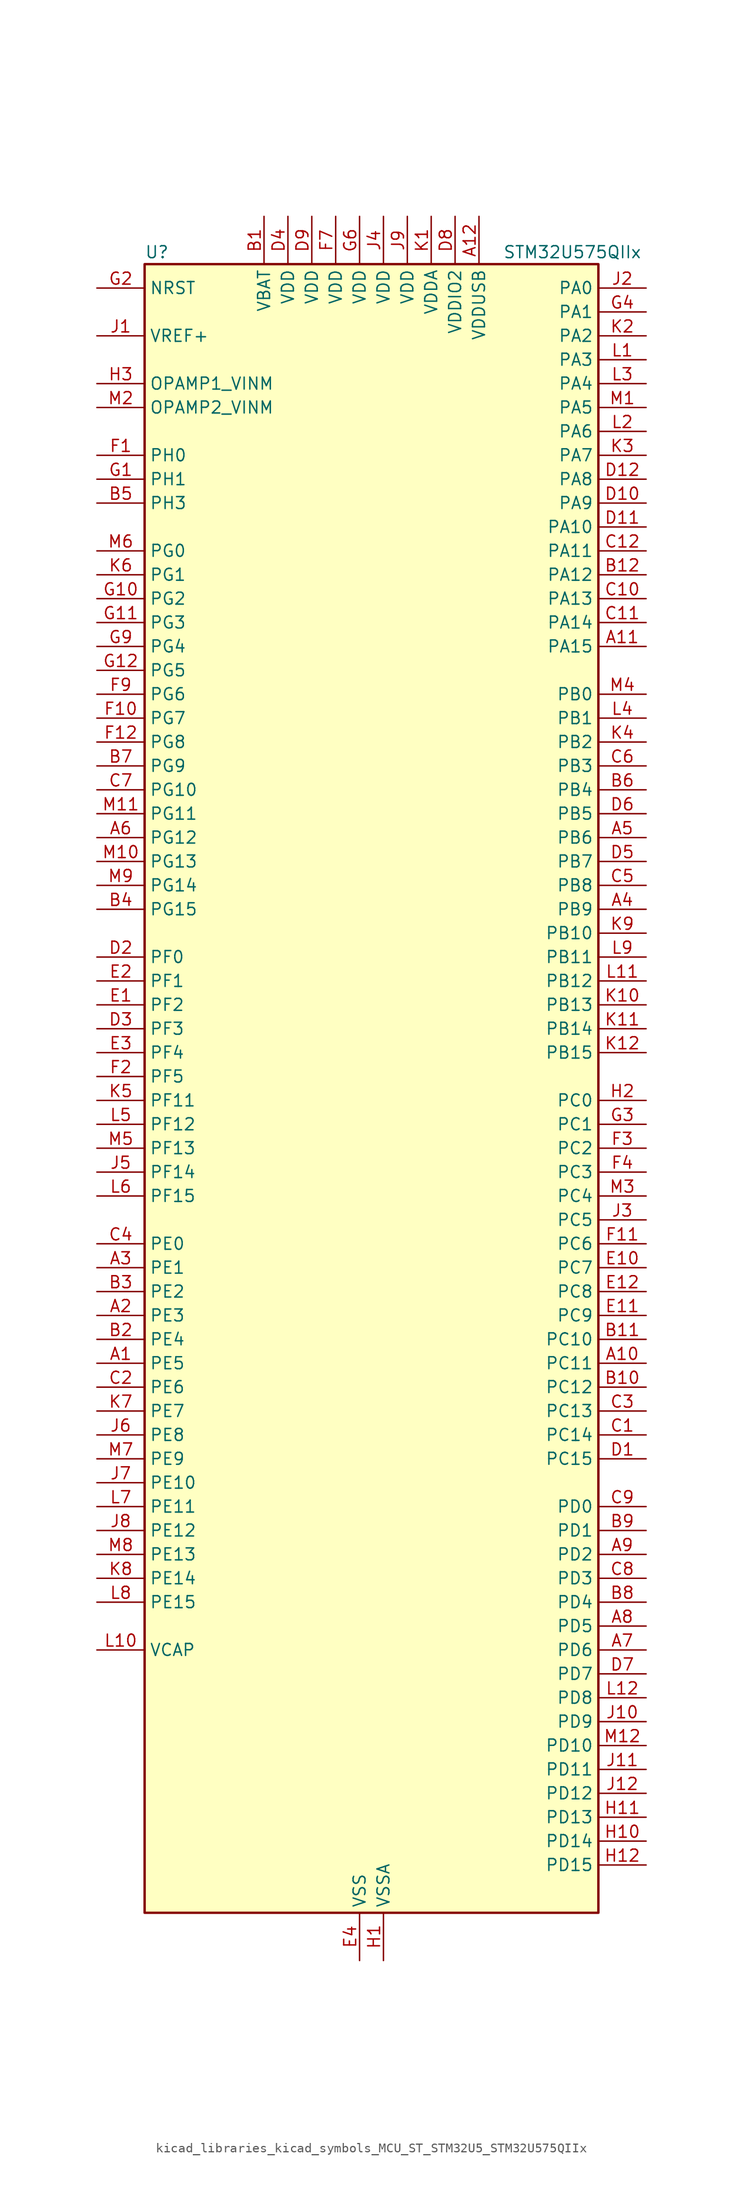
<source format=kicad_sym>
(kicad_symbol_lib
  (version 20220914)
  (generator kicad_symbol_editor)
  (symbol "kicad_libraries_kicad_symbols_MCU_ST_STM32U5_STM32U575QIIx"
    (property "Reference" "U"
      (at -22.86 90.17 0)
      (effects (font (size 1.27 1.27)) (justify left)))
    (property "Value" "STM32U575QIIx"
      (at 15.24 90.17 0)
      (effects (font (size 1.27 1.27)) (justify left)))
    (property "ki_locked" ""
      (at 0 0 0)
      (effects (font (size 1.27 1.27))))
    (symbol "kicad_libraries_kicad_symbols_MCU_ST_STM32U5_STM32U575QIIx_0_1"
      (rectangle (start -22.86 -86.36) (end 25.4 88.9) (stroke (width 0.254) (type default)) (fill (type background))))
    (symbol "kicad_libraries_kicad_symbols_MCU_ST_STM32U5_STM32U575QIIx_1_1"
      (pin bidirectional line (at -27.94 -27.94 0) (length 5.08) (name "PE5" (effects (font (size 1.27 1.27)))) (number "A1" (effects (font (size 1.27 1.27)))) (alternate "DCMI_D6" bidirectional line) (alternate "DEBUG_TRACED2" bidirectional line) (alternate "FMC_A21" bidirectional line) (alternate "MDF1_CKI3" bidirectional line) (alternate "PSSI_D6" bidirectional line) (alternate "PWR_WKUP2" bidirectional line) (alternate "SAI1_CK2" bidirectional line) (alternate "SAI1_SCK_A" bidirectional line) (alternate "TAMP_IN8" bidirectional line) (alternate "TAMP_OUT7" bidirectional line) (alternate "TIM3_CH3" bidirectional line) (alternate "TSC_G7_IO4" bidirectional line))
      (pin bidirectional line (at 30.48 -27.94 180) (length 5.08) (name "PC11" (effects (font (size 1.27 1.27)))) (number "A10" (effects (font (size 1.27 1.27)))) (alternate "ADC1_EXTI11" bidirectional line) (alternate "ADF1_SDI0" bidirectional line) (alternate "DCMI_D2" bidirectional line) (alternate "DCMI_D4" bidirectional line) (alternate "LPTIM3_IN1" bidirectional line) (alternate "OCTOSPIM_P1_NCS" bidirectional line) (alternate "PSSI_D2" bidirectional line) (alternate "PSSI_D4" bidirectional line) (alternate "SAI2_MCLK_B" bidirectional line) (alternate "SDMMC1_D3" bidirectional line) (alternate "SPI3_MISO" bidirectional line) (alternate "TSC_G3_IO3" bidirectional line) (alternate "UART4_RX" bidirectional line) (alternate "UCPD1_FRSTX2" bidirectional line) (alternate "USART3_RX" bidirectional line))
      (pin bidirectional line (at 30.48 48.26 180) (length 5.08) (name "PA15" (effects (font (size 1.27 1.27)))) (number "A11" (effects (font (size 1.27 1.27)))) (alternate "ADC1_EXTI15" bidirectional line) (alternate "ADC4_EXTI15" bidirectional line) (alternate "DEBUG_JTDI" bidirectional line) (alternate "SAI2_FS_B" bidirectional line) (alternate "SPI1_NSS" bidirectional line) (alternate "SPI3_NSS" bidirectional line) (alternate "TIM2_CH1" bidirectional line) (alternate "TIM2_ETR" bidirectional line) (alternate "UART4_DE" bidirectional line) (alternate "UART4_RTS" bidirectional line) (alternate "UCPD1_CC1" bidirectional line) (alternate "USART2_RX" bidirectional line) (alternate "USART3_DE" bidirectional line) (alternate "USART3_RTS" bidirectional line))
      (pin power_in line (at 12.7 93.98 270) (length 5.08) (name "VDDUSB" (effects (font (size 1.27 1.27)))) (number "A12" (effects (font (size 1.27 1.27)))))
      (pin bidirectional line (at -27.94 -22.86 0) (length 5.08) (name "PE3" (effects (font (size 1.27 1.27)))) (number "A2" (effects (font (size 1.27 1.27)))) (alternate "DEBUG_TRACED0" bidirectional line) (alternate "FMC_A19" bidirectional line) (alternate "OCTOSPIM_P1_DQS" bidirectional line) (alternate "SAI1_SD_B" bidirectional line) (alternate "TAMP_IN6" bidirectional line) (alternate "TAMP_OUT3" bidirectional line) (alternate "TIM3_CH1" bidirectional line) (alternate "TSC_G7_IO2" bidirectional line))
      (pin bidirectional line (at -27.94 -17.78 0) (length 5.08) (name "PE1" (effects (font (size 1.27 1.27)))) (number "A3" (effects (font (size 1.27 1.27)))) (alternate "DCMI_D3" bidirectional line) (alternate "FMC_NBL1" bidirectional line) (alternate "PSSI_D3" bidirectional line) (alternate "TIM17_CH1" bidirectional line))
      (pin bidirectional line (at 30.48 20.32 180) (length 5.08) (name "PB9" (effects (font (size 1.27 1.27)))) (number "A4" (effects (font (size 1.27 1.27)))) (alternate "DAC1_EXTI9" bidirectional line) (alternate "DCMI_D7" bidirectional line) (alternate "FDCAN1_TX" bidirectional line) (alternate "I2C1_SDA" bidirectional line) (alternate "IR_OUT" bidirectional line) (alternate "PSSI_D7" bidirectional line) (alternate "SAI1_D2" bidirectional line) (alternate "SAI1_FS_A" bidirectional line) (alternate "SDMMC1_CDIR" bidirectional line) (alternate "SDMMC1_D5" bidirectional line) (alternate "SDMMC2_D5" bidirectional line) (alternate "SPI2_NSS" bidirectional line) (alternate "TIM17_CH1" bidirectional line) (alternate "TIM4_CH4" bidirectional line))
      (pin bidirectional line (at 30.48 27.94 180) (length 5.08) (name "PB6" (effects (font (size 1.27 1.27)))) (number "A5" (effects (font (size 1.27 1.27)))) (alternate "COMP2_INP" bidirectional line) (alternate "DCMI_D5" bidirectional line) (alternate "I2C1_SCL" bidirectional line) (alternate "I2C4_SCL" bidirectional line) (alternate "LPTIM1_ETR" bidirectional line) (alternate "MDF1_SDI5" bidirectional line) (alternate "PSSI_D5" bidirectional line) (alternate "PWR_WKUP3" bidirectional line) (alternate "SAI1_FS_B" bidirectional line) (alternate "TIM16_CH1N" bidirectional line) (alternate "TIM4_CH1" bidirectional line) (alternate "TIM8_BKIN2" bidirectional line) (alternate "TSC_G2_IO3" bidirectional line) (alternate "USART1_TX" bidirectional line))
      (pin bidirectional line (at -27.94 27.94 0) (length 5.08) (name "PG12" (effects (font (size 1.27 1.27)))) (number "A6" (effects (font (size 1.27 1.27)))) (alternate "FMC_NE4" bidirectional line) (alternate "LPTIM1_ETR" bidirectional line) (alternate "OCTOSPIM_P2_NCS" bidirectional line) (alternate "SAI2_SD_A" bidirectional line) (alternate "SPI3_NSS" bidirectional line) (alternate "USART1_DE" bidirectional line) (alternate "USART1_RTS" bidirectional line))
      (pin bidirectional line (at 30.48 -58.42 180) (length 5.08) (name "PD6" (effects (font (size 1.27 1.27)))) (number "A7" (effects (font (size 1.27 1.27)))) (alternate "DCMI_D10" bidirectional line) (alternate "FMC_NWAIT" bidirectional line) (alternate "MDF1_SDI1" bidirectional line) (alternate "OCTOSPIM_P1_IO6" bidirectional line) (alternate "PSSI_D10" bidirectional line) (alternate "SAI1_D1" bidirectional line) (alternate "SAI1_SD_A" bidirectional line) (alternate "SDMMC2_CK" bidirectional line) (alternate "SPI3_MOSI" bidirectional line) (alternate "USART2_RX" bidirectional line))
      (pin bidirectional line (at 30.48 -55.88 180) (length 5.08) (name "PD5" (effects (font (size 1.27 1.27)))) (number "A8" (effects (font (size 1.27 1.27)))) (alternate "FMC_NWE" bidirectional line) (alternate "OCTOSPIM_P1_IO5" bidirectional line) (alternate "SPI2_RDY" bidirectional line) (alternate "USART2_TX" bidirectional line))
      (pin bidirectional line (at 30.48 -48.26 180) (length 5.08) (name "PD2" (effects (font (size 1.27 1.27)))) (number "A9" (effects (font (size 1.27 1.27)))) (alternate "DCMI_D11" bidirectional line) (alternate "DEBUG_TRACED2" bidirectional line) (alternate "LPTIM4_ETR" bidirectional line) (alternate "PSSI_D11" bidirectional line) (alternate "SDMMC1_CMD" bidirectional line) (alternate "TIM3_ETR" bidirectional line) (alternate "TSC_SYNC" bidirectional line) (alternate "UART5_RX" bidirectional line) (alternate "USART3_DE" bidirectional line) (alternate "USART3_RTS" bidirectional line))
      (pin power_in line (at -10.16 93.98 270) (length 5.08) (name "VBAT" (effects (font (size 1.27 1.27)))) (number "B1" (effects (font (size 1.27 1.27)))))
      (pin bidirectional line (at 30.48 -30.48 180) (length 5.08) (name "PC12" (effects (font (size 1.27 1.27)))) (number "B10" (effects (font (size 1.27 1.27)))) (alternate "DCMI_D9" bidirectional line) (alternate "DEBUG_TRACED3" bidirectional line) (alternate "PSSI_D9" bidirectional line) (alternate "SAI2_SD_B" bidirectional line) (alternate "SDMMC1_CK" bidirectional line) (alternate "SPI3_MOSI" bidirectional line) (alternate "TSC_G3_IO4" bidirectional line) (alternate "UART5_TX" bidirectional line) (alternate "USART3_CK" bidirectional line))
      (pin bidirectional line (at 30.48 -25.4 180) (length 5.08) (name "PC10" (effects (font (size 1.27 1.27)))) (number "B11" (effects (font (size 1.27 1.27)))) (alternate "ADF1_CCK1" bidirectional line) (alternate "DCMI_D8" bidirectional line) (alternate "DEBUG_TRACED1" bidirectional line) (alternate "LPTIM3_ETR" bidirectional line) (alternate "PSSI_D8" bidirectional line) (alternate "SAI2_SCK_B" bidirectional line) (alternate "SDMMC1_D2" bidirectional line) (alternate "SPI3_SCK" bidirectional line) (alternate "TSC_G3_IO2" bidirectional line) (alternate "UART4_TX" bidirectional line) (alternate "USART3_TX" bidirectional line))
      (pin bidirectional line (at 30.48 55.88 180) (length 5.08) (name "PA12" (effects (font (size 1.27 1.27)))) (number "B12" (effects (font (size 1.27 1.27)))) (alternate "FDCAN1_TX" bidirectional line) (alternate "OCTOSPIM_P2_NCS" bidirectional line) (alternate "SPI1_MOSI" bidirectional line) (alternate "TIM1_ETR" bidirectional line) (alternate "USART1_DE" bidirectional line) (alternate "USART1_RTS" bidirectional line) (alternate "USB_OTG_FS_DP" bidirectional line))
      (pin bidirectional line (at -27.94 -25.4 0) (length 5.08) (name "PE4" (effects (font (size 1.27 1.27)))) (number "B2" (effects (font (size 1.27 1.27)))) (alternate "DCMI_D4" bidirectional line) (alternate "DEBUG_TRACED1" bidirectional line) (alternate "FMC_A20" bidirectional line) (alternate "MDF1_SDI3" bidirectional line) (alternate "PSSI_D4" bidirectional line) (alternate "PWR_WKUP1" bidirectional line) (alternate "SAI1_D2" bidirectional line) (alternate "SAI1_FS_A" bidirectional line) (alternate "TAMP_IN7" bidirectional line) (alternate "TAMP_OUT8" bidirectional line) (alternate "TIM3_CH2" bidirectional line) (alternate "TSC_G7_IO3" bidirectional line))
      (pin bidirectional line (at -27.94 -20.32 0) (length 5.08) (name "PE2" (effects (font (size 1.27 1.27)))) (number "B3" (effects (font (size 1.27 1.27)))) (alternate "DEBUG_TRACECLK" bidirectional line) (alternate "FMC_A23" bidirectional line) (alternate "SAI1_CK1" bidirectional line) (alternate "SAI1_MCLK_A" bidirectional line) (alternate "TIM3_ETR" bidirectional line) (alternate "TSC_G7_IO1" bidirectional line))
      (pin bidirectional line (at -27.94 20.32 0) (length 5.08) (name "PG15" (effects (font (size 1.27 1.27)))) (number "B4" (effects (font (size 1.27 1.27)))) (alternate "ADC1_EXTI15" bidirectional line) (alternate "ADC4_EXTI15" bidirectional line) (alternate "DCMI_D13" bidirectional line) (alternate "I2C1_SMBA" bidirectional line) (alternate "LPTIM1_CH1" bidirectional line) (alternate "OCTOSPIM_P2_DQS" bidirectional line) (alternate "PSSI_D13" bidirectional line))
      (pin bidirectional line (at -27.94 63.5 0) (length 5.08) (name "PH3" (effects (font (size 1.27 1.27)))) (number "B5" (effects (font (size 1.27 1.27)))))
      (pin bidirectional line (at 30.48 33.02 180) (length 5.08) (name "PB4" (effects (font (size 1.27 1.27)))) (number "B6" (effects (font (size 1.27 1.27)))) (alternate "ADF1_SDI0" bidirectional line) (alternate "COMP2_INP" bidirectional line) (alternate "DCMI_D12" bidirectional line) (alternate "DEBUG_JTRST" bidirectional line) (alternate "I2C3_SDA" bidirectional line) (alternate "LPTIM1_CH2" bidirectional line) (alternate "PSSI_D12" bidirectional line) (alternate "SAI1_MCLK_B" bidirectional line) (alternate "SDMMC2_D3" bidirectional line) (alternate "SPI1_MISO" bidirectional line) (alternate "SPI3_MISO" bidirectional line) (alternate "TIM17_BKIN" bidirectional line) (alternate "TIM3_CH1" bidirectional line) (alternate "TSC_G2_IO1" bidirectional line) (alternate "UART5_DE" bidirectional line) (alternate "UART5_RTS" bidirectional line) (alternate "USART1_CTS" bidirectional line))
      (pin bidirectional line (at -27.94 35.56 0) (length 5.08) (name "PG9" (effects (font (size 1.27 1.27)))) (number "B7" (effects (font (size 1.27 1.27)))) (alternate "DAC1_EXTI9" bidirectional line) (alternate "FMC_NCE" bidirectional line) (alternate "FMC_NE2" bidirectional line) (alternate "OCTOSPIM_P2_IO6" bidirectional line) (alternate "SAI2_SCK_A" bidirectional line) (alternate "SPI3_SCK" bidirectional line) (alternate "TIM15_CH1N" bidirectional line) (alternate "USART1_TX" bidirectional line))
      (pin bidirectional line (at 30.48 -53.34 180) (length 5.08) (name "PD4" (effects (font (size 1.27 1.27)))) (number "B8" (effects (font (size 1.27 1.27)))) (alternate "FMC_NOE" bidirectional line) (alternate "MDF1_CKI0" bidirectional line) (alternate "OCTOSPIM_P1_IO4" bidirectional line) (alternate "SPI2_MOSI" bidirectional line) (alternate "USART2_DE" bidirectional line) (alternate "USART2_RTS" bidirectional line))
      (pin bidirectional line (at 30.48 -45.72 180) (length 5.08) (name "PD1" (effects (font (size 1.27 1.27)))) (number "B9" (effects (font (size 1.27 1.27)))) (alternate "FDCAN1_TX" bidirectional line) (alternate "FMC_D3" bidirectional line) (alternate "FMC_DA3" bidirectional line) (alternate "SPI2_SCK" bidirectional line))
      (pin bidirectional line (at 30.48 -35.56 180) (length 5.08) (name "PC14" (effects (font (size 1.27 1.27)))) (number "C1" (effects (font (size 1.27 1.27)))) (alternate "RCC_OSC32_IN" bidirectional line))
      (pin bidirectional line (at 30.48 53.34 180) (length 5.08) (name "PA13" (effects (font (size 1.27 1.27)))) (number "C10" (effects (font (size 1.27 1.27)))) (alternate "DEBUG_JTMS-SWDIO" bidirectional line) (alternate "IR_OUT" bidirectional line) (alternate "SAI1_SD_B" bidirectional line) (alternate "USB_OTG_FS_NOE" bidirectional line))
      (pin bidirectional line (at 30.48 50.8 180) (length 5.08) (name "PA14" (effects (font (size 1.27 1.27)))) (number "C11" (effects (font (size 1.27 1.27)))) (alternate "DEBUG_JTCK-SWCLK" bidirectional line) (alternate "I2C1_SMBA" bidirectional line) (alternate "I2C4_SMBA" bidirectional line) (alternate "LPTIM1_CH1" bidirectional line) (alternate "SAI1_FS_B" bidirectional line) (alternate "USB_OTG_FS_SOF" bidirectional line))
      (pin bidirectional line (at 30.48 58.42 180) (length 5.08) (name "PA11" (effects (font (size 1.27 1.27)))) (number "C12" (effects (font (size 1.27 1.27)))) (alternate "ADC1_EXTI11" bidirectional line) (alternate "FDCAN1_RX" bidirectional line) (alternate "SPI1_MISO" bidirectional line) (alternate "TIM1_BKIN2" bidirectional line) (alternate "TIM1_CH4" bidirectional line) (alternate "USART1_CTS" bidirectional line) (alternate "USB_OTG_FS_DM" bidirectional line))
      (pin bidirectional line (at -27.94 -30.48 0) (length 5.08) (name "PE6" (effects (font (size 1.27 1.27)))) (number "C2" (effects (font (size 1.27 1.27)))) (alternate "DCMI_D7" bidirectional line) (alternate "DEBUG_TRACED3" bidirectional line) (alternate "FMC_A22" bidirectional line) (alternate "PSSI_D7" bidirectional line) (alternate "PWR_WKUP3" bidirectional line) (alternate "SAI1_D1" bidirectional line) (alternate "SAI1_SD_A" bidirectional line) (alternate "TAMP_IN3" bidirectional line) (alternate "TAMP_OUT6" bidirectional line) (alternate "TIM3_CH4" bidirectional line))
      (pin bidirectional line (at 30.48 -33.02 180) (length 5.08) (name "PC13" (effects (font (size 1.27 1.27)))) (number "C3" (effects (font (size 1.27 1.27)))) (alternate "PWR_WKUP2" bidirectional line) (alternate "RTC_OUT1" bidirectional line) (alternate "RTC_TS" bidirectional line) (alternate "TAMP_IN1" bidirectional line) (alternate "TAMP_OUT2" bidirectional line))
      (pin bidirectional line (at -27.94 -15.24 0) (length 5.08) (name "PE0" (effects (font (size 1.27 1.27)))) (number "C4" (effects (font (size 1.27 1.27)))) (alternate "DCMI_D2" bidirectional line) (alternate "FMC_NBL0" bidirectional line) (alternate "PSSI_D2" bidirectional line) (alternate "TIM16_CH1" bidirectional line) (alternate "TIM4_ETR" bidirectional line))
      (pin bidirectional line (at 30.48 22.86 180) (length 5.08) (name "PB8" (effects (font (size 1.27 1.27)))) (number "C5" (effects (font (size 1.27 1.27)))) (alternate "DCMI_D6" bidirectional line) (alternate "FDCAN1_RX" bidirectional line) (alternate "I2C1_SCL" bidirectional line) (alternate "MDF1_CCK0" bidirectional line) (alternate "PSSI_D6" bidirectional line) (alternate "PWR_WKUP5" bidirectional line) (alternate "SAI1_CK1" bidirectional line) (alternate "SAI1_MCLK_A" bidirectional line) (alternate "SDMMC1_CKIN" bidirectional line) (alternate "SDMMC1_D4" bidirectional line) (alternate "SDMMC2_D4" bidirectional line) (alternate "SPI3_RDY" bidirectional line) (alternate "TIM16_CH1" bidirectional line) (alternate "TIM4_CH3" bidirectional line))
      (pin bidirectional line (at 30.48 35.56 180) (length 5.08) (name "PB3" (effects (font (size 1.27 1.27)))) (number "C6" (effects (font (size 1.27 1.27)))) (alternate "ADF1_CCK0" bidirectional line) (alternate "COMP2_INM" bidirectional line) (alternate "CRS_SYNC" bidirectional line) (alternate "DEBUG_JTDO-SWO" bidirectional line) (alternate "I2C1_SDA" bidirectional line) (alternate "LPTIM1_CH1" bidirectional line) (alternate "SAI1_SCK_B" bidirectional line) (alternate "SDMMC2_D2" bidirectional line) (alternate "SPI1_SCK" bidirectional line) (alternate "SPI3_SCK" bidirectional line) (alternate "TIM2_CH2" bidirectional line) (alternate "USART1_DE" bidirectional line) (alternate "USART1_RTS" bidirectional line))
      (pin bidirectional line (at -27.94 33.02 0) (length 5.08) (name "PG10" (effects (font (size 1.27 1.27)))) (number "C7" (effects (font (size 1.27 1.27)))) (alternate "FMC_NE3" bidirectional line) (alternate "LPTIM1_IN1" bidirectional line) (alternate "OCTOSPIM_P2_IO7" bidirectional line) (alternate "SAI2_FS_A" bidirectional line) (alternate "SPI3_MISO" bidirectional line) (alternate "TIM15_CH1" bidirectional line) (alternate "USART1_RX" bidirectional line))
      (pin bidirectional line (at 30.48 -50.8 180) (length 5.08) (name "PD3" (effects (font (size 1.27 1.27)))) (number "C8" (effects (font (size 1.27 1.27)))) (alternate "DCMI_D5" bidirectional line) (alternate "FMC_CLK" bidirectional line) (alternate "MDF1_SDI0" bidirectional line) (alternate "OCTOSPIM_P2_NCS" bidirectional line) (alternate "PSSI_D5" bidirectional line) (alternate "SPI2_MISO" bidirectional line) (alternate "SPI2_SCK" bidirectional line) (alternate "USART2_CTS" bidirectional line))
      (pin bidirectional line (at 30.48 -43.18 180) (length 5.08) (name "PD0" (effects (font (size 1.27 1.27)))) (number "C9" (effects (font (size 1.27 1.27)))) (alternate "FDCAN1_RX" bidirectional line) (alternate "FMC_D2" bidirectional line) (alternate "FMC_DA2" bidirectional line) (alternate "SPI2_NSS" bidirectional line) (alternate "TIM8_CH4N" bidirectional line))
      (pin bidirectional line (at 30.48 -38.1 180) (length 5.08) (name "PC15" (effects (font (size 1.27 1.27)))) (number "D1" (effects (font (size 1.27 1.27)))) (alternate "ADC1_EXTI15" bidirectional line) (alternate "ADC4_EXTI15" bidirectional line) (alternate "RCC_OSC32_OUT" bidirectional line))
      (pin bidirectional line (at 30.48 63.5 180) (length 5.08) (name "PA9" (effects (font (size 1.27 1.27)))) (number "D10" (effects (font (size 1.27 1.27)))) (alternate "DAC1_EXTI9" bidirectional line) (alternate "DCMI_D0" bidirectional line) (alternate "PSSI_D0" bidirectional line) (alternate "SAI1_FS_A" bidirectional line) (alternate "SPI2_SCK" bidirectional line) (alternate "TIM15_BKIN" bidirectional line) (alternate "TIM1_CH2" bidirectional line) (alternate "USART1_TX" bidirectional line) (alternate "USB_OTG_FS_VBUS" bidirectional line))
      (pin bidirectional line (at 30.48 60.96 180) (length 5.08) (name "PA10" (effects (font (size 1.27 1.27)))) (number "D11" (effects (font (size 1.27 1.27)))) (alternate "CRS_SYNC" bidirectional line) (alternate "DCMI_D1" bidirectional line) (alternate "LPTIM2_IN2" bidirectional line) (alternate "PSSI_D1" bidirectional line) (alternate "SAI1_D1" bidirectional line) (alternate "SAI1_SD_A" bidirectional line) (alternate "TIM17_BKIN" bidirectional line) (alternate "TIM1_CH3" bidirectional line) (alternate "USART1_RX" bidirectional line) (alternate "USB_OTG_FS_ID" bidirectional line))
      (pin bidirectional line (at 30.48 66.04 180) (length 5.08) (name "PA8" (effects (font (size 1.27 1.27)))) (number "D12" (effects (font (size 1.27 1.27)))) (alternate "DEBUG_TRACECLK" bidirectional line) (alternate "LPTIM2_CH1" bidirectional line) (alternate "RCC_MCO" bidirectional line) (alternate "SAI1_CK2" bidirectional line) (alternate "SAI1_SCK_A" bidirectional line) (alternate "SPI1_RDY" bidirectional line) (alternate "TIM1_CH1" bidirectional line) (alternate "USART1_CK" bidirectional line) (alternate "USB_OTG_FS_SOF" bidirectional line))
      (pin bidirectional line (at -27.94 15.24 0) (length 5.08) (name "PF0" (effects (font (size 1.27 1.27)))) (number "D2" (effects (font (size 1.27 1.27)))) (alternate "FMC_A0" bidirectional line) (alternate "I2C2_SDA" bidirectional line) (alternate "OCTOSPIM_P2_IO0" bidirectional line))
      (pin bidirectional line (at -27.94 7.62 0) (length 5.08) (name "PF3" (effects (font (size 1.27 1.27)))) (number "D3" (effects (font (size 1.27 1.27)))) (alternate "FMC_A3" bidirectional line) (alternate "LPTIM3_IN1" bidirectional line) (alternate "OCTOSPIM_P2_IO3" bidirectional line))
      (pin power_in line (at -7.62 93.98 270) (length 5.08) (name "VDD" (effects (font (size 1.27 1.27)))) (number "D4" (effects (font (size 1.27 1.27)))))
      (pin bidirectional line (at 30.48 25.4 180) (length 5.08) (name "PB7" (effects (font (size 1.27 1.27)))) (number "D5" (effects (font (size 1.27 1.27)))) (alternate "COMP2_INM" bidirectional line) (alternate "DCMI_VSYNC" bidirectional line) (alternate "FMC_NL" bidirectional line) (alternate "I2C1_SDA" bidirectional line) (alternate "I2C4_SDA" bidirectional line) (alternate "LPTIM1_IN2" bidirectional line) (alternate "MDF1_CKI5" bidirectional line) (alternate "PSSI_RDY" bidirectional line) (alternate "PWR_PVD_IN" bidirectional line) (alternate "PWR_WKUP4" bidirectional line) (alternate "TIM17_CH1N" bidirectional line) (alternate "TIM4_CH2" bidirectional line) (alternate "TIM8_BKIN" bidirectional line) (alternate "TSC_G2_IO4" bidirectional line) (alternate "UART4_CTS" bidirectional line) (alternate "USART1_RX" bidirectional line))
      (pin bidirectional line (at 30.48 30.48 180) (length 5.08) (name "PB5" (effects (font (size 1.27 1.27)))) (number "D6" (effects (font (size 1.27 1.27)))) (alternate "COMP2_OUT" bidirectional line) (alternate "DCMI_D10" bidirectional line) (alternate "I2C1_SMBA" bidirectional line) (alternate "LPTIM1_IN1" bidirectional line) (alternate "OCTOSPIM_P1_NCLK" bidirectional line) (alternate "PSSI_D10" bidirectional line) (alternate "PWR_WKUP6" bidirectional line) (alternate "SAI1_SD_B" bidirectional line) (alternate "SPI1_MOSI" bidirectional line) (alternate "SPI3_MOSI" bidirectional line) (alternate "TIM16_BKIN" bidirectional line) (alternate "TIM3_CH2" bidirectional line) (alternate "TSC_G2_IO2" bidirectional line) (alternate "UART5_CTS" bidirectional line) (alternate "UCPD1_DBCC1" bidirectional line) (alternate "USART1_CK" bidirectional line))
      (pin bidirectional line (at 30.48 -60.96 180) (length 5.08) (name "PD7" (effects (font (size 1.27 1.27)))) (number "D7" (effects (font (size 1.27 1.27)))) (alternate "FMC_NCE" bidirectional line) (alternate "FMC_NE1" bidirectional line) (alternate "LPTIM4_OUT" bidirectional line) (alternate "MDF1_CKI1" bidirectional line) (alternate "OCTOSPIM_P1_IO7" bidirectional line) (alternate "SDMMC2_CMD" bidirectional line) (alternate "USART2_CK" bidirectional line))
      (pin power_in line (at 10.16 93.98 270) (length 5.08) (name "VDDIO2" (effects (font (size 1.27 1.27)))) (number "D8" (effects (font (size 1.27 1.27)))))
      (pin power_in line (at -5.08 93.98 270) (length 5.08) (name "VDD" (effects (font (size 1.27 1.27)))) (number "D9" (effects (font (size 1.27 1.27)))))
      (pin bidirectional line (at -27.94 10.16 0) (length 5.08) (name "PF2" (effects (font (size 1.27 1.27)))) (number "E1" (effects (font (size 1.27 1.27)))) (alternate "FMC_A2" bidirectional line) (alternate "I2C2_SMBA" bidirectional line) (alternate "LPTIM3_CH2" bidirectional line) (alternate "OCTOSPIM_P2_IO2" bidirectional line) (alternate "PWR_WKUP8" bidirectional line))
      (pin bidirectional line (at 30.48 -17.78 180) (length 5.08) (name "PC7" (effects (font (size 1.27 1.27)))) (number "E10" (effects (font (size 1.27 1.27)))) (alternate "DCMI_D1" bidirectional line) (alternate "LPTIM2_CH2" bidirectional line) (alternate "MDF1_SDI3" bidirectional line) (alternate "PSSI_D1" bidirectional line) (alternate "PWR_CDSTOP" bidirectional line) (alternate "SAI2_MCLK_B" bidirectional line) (alternate "SDMMC1_D123DIR" bidirectional line) (alternate "SDMMC1_D7" bidirectional line) (alternate "SDMMC2_D7" bidirectional line) (alternate "TIM3_CH2" bidirectional line) (alternate "TIM8_CH2" bidirectional line) (alternate "TSC_G4_IO2" bidirectional line))
      (pin bidirectional line (at 30.48 -22.86 180) (length 5.08) (name "PC9" (effects (font (size 1.27 1.27)))) (number "E11" (effects (font (size 1.27 1.27)))) (alternate "DAC1_EXTI9" bidirectional line) (alternate "DCMI_D3" bidirectional line) (alternate "DEBUG_TRACED0" bidirectional line) (alternate "LPTIM3_CH2" bidirectional line) (alternate "PSSI_D3" bidirectional line) (alternate "SDMMC1_D1" bidirectional line) (alternate "TIM3_CH4" bidirectional line) (alternate "TIM8_BKIN2" bidirectional line) (alternate "TIM8_CH4" bidirectional line) (alternate "TSC_G4_IO4" bidirectional line) (alternate "USB_OTG_FS_NOE" bidirectional line))
      (pin bidirectional line (at 30.48 -20.32 180) (length 5.08) (name "PC8" (effects (font (size 1.27 1.27)))) (number "E12" (effects (font (size 1.27 1.27)))) (alternate "DCMI_D2" bidirectional line) (alternate "LPTIM3_CH1" bidirectional line) (alternate "PSSI_D2" bidirectional line) (alternate "PWR_SRDSTOP" bidirectional line) (alternate "SDMMC1_D0" bidirectional line) (alternate "TIM3_CH3" bidirectional line) (alternate "TIM8_CH3" bidirectional line) (alternate "TSC_G4_IO3" bidirectional line))
      (pin bidirectional line (at -27.94 12.7 0) (length 5.08) (name "PF1" (effects (font (size 1.27 1.27)))) (number "E2" (effects (font (size 1.27 1.27)))) (alternate "FMC_A1" bidirectional line) (alternate "I2C2_SCL" bidirectional line) (alternate "OCTOSPIM_P2_IO1" bidirectional line))
      (pin bidirectional line (at -27.94 5.08 0) (length 5.08) (name "PF4" (effects (font (size 1.27 1.27)))) (number "E3" (effects (font (size 1.27 1.27)))) (alternate "FMC_A4" bidirectional line) (alternate "LPTIM3_ETR" bidirectional line) (alternate "OCTOSPIM_P2_CLK" bidirectional line))
      (pin power_in line (at 0 -91.44 90) (length 5.08) (name "VSS" (effects (font (size 1.27 1.27)))) (number "E4" (effects (font (size 1.27 1.27)))))
      (pin passive line (at 0 -91.44 90) (length 5.08) hide (name "VSS" (effects (font (size 1.27 1.27)))) (number "E9" (effects (font (size 1.27 1.27)))))
      (pin bidirectional line (at -27.94 68.58 0) (length 5.08) (name "PH0" (effects (font (size 1.27 1.27)))) (number "F1" (effects (font (size 1.27 1.27)))) (alternate "RCC_OSC_IN" bidirectional line))
      (pin bidirectional line (at -27.94 40.64 0) (length 5.08) (name "PG7" (effects (font (size 1.27 1.27)))) (number "F10" (effects (font (size 1.27 1.27)))) (alternate "FMC_INT" bidirectional line) (alternate "I2C3_SCL" bidirectional line) (alternate "LPUART1_TX" bidirectional line) (alternate "MDF1_CCK0" bidirectional line) (alternate "OCTOSPIM_P2_DQS" bidirectional line) (alternate "SAI1_CK1" bidirectional line) (alternate "SAI1_MCLK_A" bidirectional line) (alternate "UCPD1_FRSTX2" bidirectional line))
      (pin bidirectional line (at 30.48 -15.24 180) (length 5.08) (name "PC6" (effects (font (size 1.27 1.27)))) (number "F11" (effects (font (size 1.27 1.27)))) (alternate "DCMI_D0" bidirectional line) (alternate "MDF1_CKI3" bidirectional line) (alternate "PSSI_D0" bidirectional line) (alternate "PWR_CSLEEP" bidirectional line) (alternate "SAI2_MCLK_A" bidirectional line) (alternate "SDMMC1_D0DIR" bidirectional line) (alternate "SDMMC1_D6" bidirectional line) (alternate "SDMMC2_D6" bidirectional line) (alternate "TIM3_CH1" bidirectional line) (alternate "TIM8_CH1" bidirectional line) (alternate "TSC_G4_IO1" bidirectional line))
      (pin bidirectional line (at -27.94 38.1 0) (length 5.08) (name "PG8" (effects (font (size 1.27 1.27)))) (number "F12" (effects (font (size 1.27 1.27)))) (alternate "I2C3_SDA" bidirectional line) (alternate "LPUART1_RX" bidirectional line))
      (pin bidirectional line (at -27.94 2.54 0) (length 5.08) (name "PF5" (effects (font (size 1.27 1.27)))) (number "F2" (effects (font (size 1.27 1.27)))) (alternate "FMC_A5" bidirectional line) (alternate "LPTIM3_CH1" bidirectional line) (alternate "OCTOSPIM_P2_NCLK" bidirectional line))
      (pin bidirectional line (at 30.48 -5.08 180) (length 5.08) (name "PC2" (effects (font (size 1.27 1.27)))) (number "F3" (effects (font (size 1.27 1.27)))) (alternate "ADC1_IN3" bidirectional line) (alternate "ADC4_IN3" bidirectional line) (alternate "LPTIM1_IN2" bidirectional line) (alternate "MDF1_CCK1" bidirectional line) (alternate "OCTOSPIM_P1_IO5" bidirectional line) (alternate "SPI2_MISO" bidirectional line))
      (pin bidirectional line (at 30.48 -7.62 180) (length 5.08) (name "PC3" (effects (font (size 1.27 1.27)))) (number "F4" (effects (font (size 1.27 1.27)))) (alternate "ADC1_IN4" bidirectional line) (alternate "ADC4_IN4" bidirectional line) (alternate "LPTIM1_ETR" bidirectional line) (alternate "LPTIM2_ETR" bidirectional line) (alternate "LPTIM3_CH1" bidirectional line) (alternate "OCTOSPIM_P1_IO6" bidirectional line) (alternate "SAI1_D1" bidirectional line) (alternate "SAI1_SD_A" bidirectional line) (alternate "SPI2_MOSI" bidirectional line))
      (pin passive line (at 0 -91.44 90) (length 5.08) hide (name "VSS" (effects (font (size 1.27 1.27)))) (number "F6" (effects (font (size 1.27 1.27)))))
      (pin power_in line (at -2.54 93.98 270) (length 5.08) (name "VDD" (effects (font (size 1.27 1.27)))) (number "F7" (effects (font (size 1.27 1.27)))))
      (pin bidirectional line (at -27.94 43.18 0) (length 5.08) (name "PG6" (effects (font (size 1.27 1.27)))) (number "F9" (effects (font (size 1.27 1.27)))) (alternate "I2C3_SMBA" bidirectional line) (alternate "LPUART1_DE" bidirectional line) (alternate "LPUART1_RTS" bidirectional line) (alternate "OCTOSPIM_P1_DQS" bidirectional line) (alternate "SPI1_RDY" bidirectional line) (alternate "UCPD1_FRSTX1" bidirectional line))
      (pin bidirectional line (at -27.94 66.04 0) (length 5.08) (name "PH1" (effects (font (size 1.27 1.27)))) (number "G1" (effects (font (size 1.27 1.27)))) (alternate "RCC_OSC_OUT" bidirectional line))
      (pin bidirectional line (at -27.94 53.34 0) (length 5.08) (name "PG2" (effects (font (size 1.27 1.27)))) (number "G10" (effects (font (size 1.27 1.27)))) (alternate "FMC_A12" bidirectional line) (alternate "SAI2_SCK_B" bidirectional line) (alternate "SPI1_SCK" bidirectional line))
      (pin bidirectional line (at -27.94 50.8 0) (length 5.08) (name "PG3" (effects (font (size 1.27 1.27)))) (number "G11" (effects (font (size 1.27 1.27)))) (alternate "FMC_A13" bidirectional line) (alternate "SAI2_FS_B" bidirectional line) (alternate "SPI1_MISO" bidirectional line))
      (pin bidirectional line (at -27.94 45.72 0) (length 5.08) (name "PG5" (effects (font (size 1.27 1.27)))) (number "G12" (effects (font (size 1.27 1.27)))) (alternate "FMC_A15" bidirectional line) (alternate "LPUART1_CTS" bidirectional line) (alternate "SAI2_SD_B" bidirectional line) (alternate "SPI1_NSS" bidirectional line))
      (pin input line (at -27.94 86.36 0) (length 5.08) (name "NRST" (effects (font (size 1.27 1.27)))) (number "G2" (effects (font (size 1.27 1.27)))))
      (pin bidirectional line (at 30.48 -2.54 180) (length 5.08) (name "PC1" (effects (font (size 1.27 1.27)))) (number "G3" (effects (font (size 1.27 1.27)))) (alternate "ADC1_IN2" bidirectional line) (alternate "ADC4_IN2" bidirectional line) (alternate "DEBUG_TRACED0" bidirectional line) (alternate "I2C3_SDA" bidirectional line) (alternate "LPTIM1_CH1" bidirectional line) (alternate "LPUART1_TX" bidirectional line) (alternate "MDF1_CKI4" bidirectional line) (alternate "OCTOSPIM_P1_IO4" bidirectional line) (alternate "SAI1_SD_A" bidirectional line) (alternate "SDMMC2_CK" bidirectional line) (alternate "SPI2_MOSI" bidirectional line))
      (pin bidirectional line (at 30.48 83.82 180) (length 5.08) (name "PA1" (effects (font (size 1.27 1.27)))) (number "G4" (effects (font (size 1.27 1.27)))) (alternate "ADC1_IN6" bidirectional line) (alternate "I2C1_SMBA" bidirectional line) (alternate "LPTIM1_CH2" bidirectional line) (alternate "OCTOSPIM_P1_DQS" bidirectional line) (alternate "OPAMP1_VINM" bidirectional line) (alternate "PWR_WKUP3" bidirectional line) (alternate "SPI1_SCK" bidirectional line) (alternate "TAMP_IN5" bidirectional line) (alternate "TAMP_OUT4" bidirectional line) (alternate "TIM15_CH1N" bidirectional line) (alternate "TIM2_CH2" bidirectional line) (alternate "TIM5_CH2" bidirectional line) (alternate "UART4_RX" bidirectional line) (alternate "USART2_DE" bidirectional line) (alternate "USART2_RTS" bidirectional line))
      (pin power_in line (at 0 93.98 270) (length 5.08) (name "VDD" (effects (font (size 1.27 1.27)))) (number "G6" (effects (font (size 1.27 1.27)))))
      (pin passive line (at 0 -91.44 90) (length 5.08) hide (name "VSS" (effects (font (size 1.27 1.27)))) (number "G7" (effects (font (size 1.27 1.27)))))
      (pin bidirectional line (at -27.94 48.26 0) (length 5.08) (name "PG4" (effects (font (size 1.27 1.27)))) (number "G9" (effects (font (size 1.27 1.27)))) (alternate "FMC_A14" bidirectional line) (alternate "SAI2_MCLK_B" bidirectional line) (alternate "SPI1_MOSI" bidirectional line))
      (pin power_in line (at 2.54 -91.44 90) (length 5.08) (name "VSSA" (effects (font (size 1.27 1.27)))) (number "H1" (effects (font (size 1.27 1.27)))))
      (pin bidirectional line (at 30.48 -78.74 180) (length 5.08) (name "PD14" (effects (font (size 1.27 1.27)))) (number "H10" (effects (font (size 1.27 1.27)))) (alternate "FMC_D0" bidirectional line) (alternate "FMC_DA0" bidirectional line) (alternate "LPTIM3_CH1" bidirectional line) (alternate "TIM4_CH3" bidirectional line))
      (pin bidirectional line (at 30.48 -76.2 180) (length 5.08) (name "PD13" (effects (font (size 1.27 1.27)))) (number "H11" (effects (font (size 1.27 1.27)))) (alternate "ADC4_IN17" bidirectional line) (alternate "FMC_A18" bidirectional line) (alternate "I2C4_SDA" bidirectional line) (alternate "LPTIM2_CH1" bidirectional line) (alternate "LPTIM4_IN1" bidirectional line) (alternate "TIM4_CH2" bidirectional line) (alternate "TSC_G6_IO4" bidirectional line))
      (pin bidirectional line (at 30.48 -81.28 180) (length 5.08) (name "PD15" (effects (font (size 1.27 1.27)))) (number "H12" (effects (font (size 1.27 1.27)))) (alternate "ADC1_EXTI15" bidirectional line) (alternate "ADC4_EXTI15" bidirectional line) (alternate "FMC_D1" bidirectional line) (alternate "FMC_DA1" bidirectional line) (alternate "LPTIM3_CH2" bidirectional line) (alternate "TIM4_CH4" bidirectional line))
      (pin bidirectional line (at 30.48 0 180) (length 5.08) (name "PC0" (effects (font (size 1.27 1.27)))) (number "H2" (effects (font (size 1.27 1.27)))) (alternate "ADC1_IN1" bidirectional line) (alternate "ADC4_IN1" bidirectional line) (alternate "I2C3_SCL" bidirectional line) (alternate "LPTIM1_IN1" bidirectional line) (alternate "LPTIM2_IN1" bidirectional line) (alternate "LPUART1_RX" bidirectional line) (alternate "MDF1_SDI4" bidirectional line) (alternate "OCTOSPIM_P1_IO7" bidirectional line) (alternate "SAI2_FS_A" bidirectional line) (alternate "SDMMC1_D5" bidirectional line) (alternate "SPI2_RDY" bidirectional line))
      (pin bidirectional line (at -27.94 76.2 0) (length 5.08) (name "OPAMP1_VINM" (effects (font (size 1.27 1.27)))) (number "H3" (effects (font (size 1.27 1.27)))) (alternate "OPAMP1_VINM" bidirectional line))
      (pin passive line (at 0 -91.44 90) (length 5.08) hide (name "VSS" (effects (font (size 1.27 1.27)))) (number "H4" (effects (font (size 1.27 1.27)))))
      (pin passive line (at 0 -91.44 90) (length 5.08) hide (name "VSS" (effects (font (size 1.27 1.27)))) (number "H9" (effects (font (size 1.27 1.27)))))
      (pin input line (at -27.94 81.28 0) (length 5.08) (name "VREF+" (effects (font (size 1.27 1.27)))) (number "J1" (effects (font (size 1.27 1.27)))) (alternate "VREFBUF_OUT" bidirectional line))
      (pin bidirectional line (at 30.48 -66.04 180) (length 5.08) (name "PD9" (effects (font (size 1.27 1.27)))) (number "J10" (effects (font (size 1.27 1.27)))) (alternate "DAC1_EXTI9" bidirectional line) (alternate "DCMI_PIXCLK" bidirectional line) (alternate "FMC_D14" bidirectional line) (alternate "FMC_DA14" bidirectional line) (alternate "LPTIM2_IN2" bidirectional line) (alternate "LPTIM3_IN1" bidirectional line) (alternate "PSSI_PDCK" bidirectional line) (alternate "SAI2_MCLK_A" bidirectional line) (alternate "USART3_RX" bidirectional line))
      (pin bidirectional line (at 30.48 -71.12 180) (length 5.08) (name "PD11" (effects (font (size 1.27 1.27)))) (number "J11" (effects (font (size 1.27 1.27)))) (alternate "ADC1_EXTI11" bidirectional line) (alternate "ADC4_IN15" bidirectional line) (alternate "FMC_A16" bidirectional line) (alternate "FMC_CLE" bidirectional line) (alternate "I2C4_SMBA" bidirectional line) (alternate "LPTIM2_ETR" bidirectional line) (alternate "SAI2_SD_A" bidirectional line) (alternate "TSC_G6_IO2" bidirectional line) (alternate "USART3_CTS" bidirectional line))
      (pin bidirectional line (at 30.48 -73.66 180) (length 5.08) (name "PD12" (effects (font (size 1.27 1.27)))) (number "J12" (effects (font (size 1.27 1.27)))) (alternate "ADC4_IN16" bidirectional line) (alternate "FMC_A17" bidirectional line) (alternate "FMC_ALE" bidirectional line) (alternate "I2C4_SCL" bidirectional line) (alternate "LPTIM2_IN1" bidirectional line) (alternate "SAI2_FS_A" bidirectional line) (alternate "TIM4_CH1" bidirectional line) (alternate "TSC_G6_IO3" bidirectional line) (alternate "USART3_DE" bidirectional line) (alternate "USART3_RTS" bidirectional line))
      (pin bidirectional line (at 30.48 86.36 180) (length 5.08) (name "PA0" (effects (font (size 1.27 1.27)))) (number "J2" (effects (font (size 1.27 1.27)))) (alternate "ADC1_IN5" bidirectional line) (alternate "AUDIOCLK" bidirectional line) (alternate "OCTOSPIM_P2_NCS" bidirectional line) (alternate "OPAMP1_VINP" bidirectional line) (alternate "PWR_WKUP1" bidirectional line) (alternate "SDMMC2_CMD" bidirectional line) (alternate "SPI3_RDY" bidirectional line) (alternate "TAMP_IN2" bidirectional line) (alternate "TAMP_OUT1" bidirectional line) (alternate "TIM2_CH1" bidirectional line) (alternate "TIM2_ETR" bidirectional line) (alternate "TIM5_CH1" bidirectional line) (alternate "TIM8_ETR" bidirectional line) (alternate "UART4_TX" bidirectional line) (alternate "USART2_CTS" bidirectional line))
      (pin bidirectional line (at 30.48 -12.7 180) (length 5.08) (name "PC5" (effects (font (size 1.27 1.27)))) (number "J3" (effects (font (size 1.27 1.27)))) (alternate "ADC1_IN14" bidirectional line) (alternate "ADC4_IN23" bidirectional line) (alternate "COMP1_INP" bidirectional line) (alternate "PSSI_D15" bidirectional line) (alternate "PWR_WKUP5" bidirectional line) (alternate "SAI1_D3" bidirectional line) (alternate "TAMP_IN4" bidirectional line) (alternate "TAMP_OUT5" bidirectional line) (alternate "TIM1_CH4N" bidirectional line) (alternate "USART3_RX" bidirectional line))
      (pin power_in line (at 2.54 93.98 270) (length 5.08) (name "VDD" (effects (font (size 1.27 1.27)))) (number "J4" (effects (font (size 1.27 1.27)))))
      (pin bidirectional line (at -27.94 -7.62 0) (length 5.08) (name "PF14" (effects (font (size 1.27 1.27)))) (number "J5" (effects (font (size 1.27 1.27)))) (alternate "ADC4_IN5" bidirectional line) (alternate "FMC_A8" bidirectional line) (alternate "I2C4_SCL" bidirectional line) (alternate "TSC_G8_IO1" bidirectional line))
      (pin bidirectional line (at -27.94 -35.56 0) (length 5.08) (name "PE8" (effects (font (size 1.27 1.27)))) (number "J6" (effects (font (size 1.27 1.27)))) (alternate "FMC_D5" bidirectional line) (alternate "FMC_DA5" bidirectional line) (alternate "MDF1_CKI2" bidirectional line) (alternate "PWR_WKUP7" bidirectional line) (alternate "SAI1_SCK_B" bidirectional line) (alternate "TIM1_CH1N" bidirectional line))
      (pin bidirectional line (at -27.94 -40.64 0) (length 5.08) (name "PE10" (effects (font (size 1.27 1.27)))) (number "J7" (effects (font (size 1.27 1.27)))) (alternate "ADF1_SDI0" bidirectional line) (alternate "FMC_D7" bidirectional line) (alternate "FMC_DA7" bidirectional line) (alternate "MDF1_SDI4" bidirectional line) (alternate "OCTOSPIM_P1_CLK" bidirectional line) (alternate "SAI1_MCLK_B" bidirectional line) (alternate "TIM1_CH2N" bidirectional line) (alternate "TSC_G5_IO1" bidirectional line))
      (pin bidirectional line (at -27.94 -45.72 0) (length 5.08) (name "PE12" (effects (font (size 1.27 1.27)))) (number "J8" (effects (font (size 1.27 1.27)))) (alternate "FMC_D9" bidirectional line) (alternate "FMC_DA9" bidirectional line) (alternate "MDF1_SDI5" bidirectional line) (alternate "OCTOSPIM_P1_IO0" bidirectional line) (alternate "SPI1_NSS" bidirectional line) (alternate "TIM1_CH3N" bidirectional line) (alternate "TSC_G5_IO3" bidirectional line))
      (pin power_in line (at 5.08 93.98 270) (length 5.08) (name "VDD" (effects (font (size 1.27 1.27)))) (number "J9" (effects (font (size 1.27 1.27)))))
      (pin power_in line (at 7.62 93.98 270) (length 5.08) (name "VDDA" (effects (font (size 1.27 1.27)))) (number "K1" (effects (font (size 1.27 1.27)))))
      (pin bidirectional line (at 30.48 10.16 180) (length 5.08) (name "PB13" (effects (font (size 1.27 1.27)))) (number "K10" (effects (font (size 1.27 1.27)))) (alternate "I2C2_SCL" bidirectional line) (alternate "LPTIM3_IN1" bidirectional line) (alternate "LPUART1_CTS" bidirectional line) (alternate "MDF1_CKI1" bidirectional line) (alternate "SAI2_SCK_A" bidirectional line) (alternate "SPI2_SCK" bidirectional line) (alternate "TIM15_CH1N" bidirectional line) (alternate "TIM1_CH1N" bidirectional line) (alternate "TSC_G1_IO2" bidirectional line) (alternate "USART3_CTS" bidirectional line))
      (pin bidirectional line (at 30.48 7.62 180) (length 5.08) (name "PB14" (effects (font (size 1.27 1.27)))) (number "K11" (effects (font (size 1.27 1.27)))) (alternate "I2C2_SDA" bidirectional line) (alternate "LPTIM3_ETR" bidirectional line) (alternate "MDF1_SDI2" bidirectional line) (alternate "SAI2_MCLK_A" bidirectional line) (alternate "SDMMC2_D0" bidirectional line) (alternate "SPI2_MISO" bidirectional line) (alternate "TIM15_CH1" bidirectional line) (alternate "TIM1_CH2N" bidirectional line) (alternate "TIM8_CH2N" bidirectional line) (alternate "TSC_G1_IO3" bidirectional line) (alternate "UCPD1_DBCC2" bidirectional line) (alternate "USART3_DE" bidirectional line) (alternate "USART3_RTS" bidirectional line))
      (pin bidirectional line (at 30.48 5.08 180) (length 5.08) (name "PB15" (effects (font (size 1.27 1.27)))) (number "K12" (effects (font (size 1.27 1.27)))) (alternate "ADC1_EXTI15" bidirectional line) (alternate "ADC4_EXTI15" bidirectional line) (alternate "FMC_NBL1" bidirectional line) (alternate "LPTIM2_IN2" bidirectional line) (alternate "MDF1_CKI2" bidirectional line) (alternate "PWR_WKUP7" bidirectional line) (alternate "RTC_REFIN" bidirectional line) (alternate "SAI2_SD_A" bidirectional line) (alternate "SDMMC2_D1" bidirectional line) (alternate "SPI2_MOSI" bidirectional line) (alternate "TIM15_CH2" bidirectional line) (alternate "TIM1_CH3N" bidirectional line) (alternate "TIM8_CH3N" bidirectional line) (alternate "UCPD1_CC2" bidirectional line))
      (pin bidirectional line (at 30.48 81.28 180) (length 5.08) (name "PA2" (effects (font (size 1.27 1.27)))) (number "K2" (effects (font (size 1.27 1.27)))) (alternate "ADC1_IN7" bidirectional line) (alternate "COMP1_INP" bidirectional line) (alternate "LPUART1_TX" bidirectional line) (alternate "OCTOSPIM_P1_NCS" bidirectional line) (alternate "PWR_WKUP4" bidirectional line) (alternate "RCC_LSCO" bidirectional line) (alternate "SPI1_RDY" bidirectional line) (alternate "TIM15_CH1" bidirectional line) (alternate "TIM2_CH3" bidirectional line) (alternate "TIM5_CH3" bidirectional line) (alternate "UCPD1_FRSTX1" bidirectional line) (alternate "USART2_TX" bidirectional line))
      (pin bidirectional line (at 30.48 68.58 180) (length 5.08) (name "PA7" (effects (font (size 1.27 1.27)))) (number "K3" (effects (font (size 1.27 1.27)))) (alternate "ADC1_IN12" bidirectional line) (alternate "ADC4_IN20" bidirectional line) (alternate "I2C3_SCL" bidirectional line) (alternate "LPTIM2_CH2" bidirectional line) (alternate "OCTOSPIM_P1_IO2" bidirectional line) (alternate "OPAMP2_VINM" bidirectional line) (alternate "PWR_SRDSTOP" bidirectional line) (alternate "PWR_WKUP8" bidirectional line) (alternate "SPI1_MOSI" bidirectional line) (alternate "TIM17_CH1" bidirectional line) (alternate "TIM1_CH1N" bidirectional line) (alternate "TIM3_CH2" bidirectional line) (alternate "TIM8_CH1N" bidirectional line) (alternate "USART3_TX" bidirectional line))
      (pin bidirectional line (at 30.48 38.1 180) (length 5.08) (name "PB2" (effects (font (size 1.27 1.27)))) (number "K4" (effects (font (size 1.27 1.27)))) (alternate "ADC1_IN17" bidirectional line) (alternate "COMP1_INP" bidirectional line) (alternate "I2C3_SMBA" bidirectional line) (alternate "LPTIM1_CH1" bidirectional line) (alternate "MDF1_CKI0" bidirectional line) (alternate "OCTOSPIM_P1_DQS" bidirectional line) (alternate "PWR_WKUP1" bidirectional line) (alternate "RTC_OUT2" bidirectional line) (alternate "SPI1_RDY" bidirectional line) (alternate "TIM8_CH4N" bidirectional line) (alternate "UCPD1_FRSTX1" bidirectional line))
      (pin bidirectional line (at -27.94 0 0) (length 5.08) (name "PF11" (effects (font (size 1.27 1.27)))) (number "K5" (effects (font (size 1.27 1.27)))) (alternate "ADC1_EXTI11" bidirectional line) (alternate "DCMI_D12" bidirectional line) (alternate "LPTIM4_IN1" bidirectional line) (alternate "OCTOSPIM_P1_NCLK" bidirectional line) (alternate "PSSI_D12" bidirectional line))
      (pin bidirectional line (at -27.94 55.88 0) (length 5.08) (name "PG1" (effects (font (size 1.27 1.27)))) (number "K6" (effects (font (size 1.27 1.27)))) (alternate "ADC4_IN8" bidirectional line) (alternate "FMC_A11" bidirectional line) (alternate "OCTOSPIM_P2_IO5" bidirectional line) (alternate "TSC_G8_IO4" bidirectional line))
      (pin bidirectional line (at -27.94 -33.02 0) (length 5.08) (name "PE7" (effects (font (size 1.27 1.27)))) (number "K7" (effects (font (size 1.27 1.27)))) (alternate "FMC_D4" bidirectional line) (alternate "FMC_DA4" bidirectional line) (alternate "MDF1_SDI2" bidirectional line) (alternate "PWR_WKUP6" bidirectional line) (alternate "SAI1_SD_B" bidirectional line) (alternate "TIM1_ETR" bidirectional line))
      (pin bidirectional line (at -27.94 -50.8 0) (length 5.08) (name "PE14" (effects (font (size 1.27 1.27)))) (number "K8" (effects (font (size 1.27 1.27)))) (alternate "FMC_D11" bidirectional line) (alternate "FMC_DA11" bidirectional line) (alternate "OCTOSPIM_P1_IO2" bidirectional line) (alternate "SPI1_MISO" bidirectional line) (alternate "TIM1_BKIN2" bidirectional line) (alternate "TIM1_CH4" bidirectional line))
      (pin bidirectional line (at 30.48 17.78 180) (length 5.08) (name "PB10" (effects (font (size 1.27 1.27)))) (number "K9" (effects (font (size 1.27 1.27)))) (alternate "COMP1_OUT" bidirectional line) (alternate "I2C2_SCL" bidirectional line) (alternate "I2C4_SCL" bidirectional line) (alternate "LPTIM3_CH1" bidirectional line) (alternate "LPUART1_RX" bidirectional line) (alternate "OCTOSPIM_P1_CLK" bidirectional line) (alternate "PWR_WKUP8" bidirectional line) (alternate "SAI1_SCK_A" bidirectional line) (alternate "SPI2_SCK" bidirectional line) (alternate "TIM2_CH3" bidirectional line) (alternate "TSC_SYNC" bidirectional line) (alternate "USART3_TX" bidirectional line))
      (pin bidirectional line (at 30.48 78.74 180) (length 5.08) (name "PA3" (effects (font (size 1.27 1.27)))) (number "L1" (effects (font (size 1.27 1.27)))) (alternate "ADC1_IN8" bidirectional line) (alternate "LPUART1_RX" bidirectional line) (alternate "OCTOSPIM_P1_CLK" bidirectional line) (alternate "OPAMP1_VOUT" bidirectional line) (alternate "PWR_WKUP5" bidirectional line) (alternate "SAI1_CK1" bidirectional line) (alternate "SAI1_MCLK_A" bidirectional line) (alternate "TIM15_CH2" bidirectional line) (alternate "TIM2_CH4" bidirectional line) (alternate "TIM5_CH4" bidirectional line) (alternate "USART2_RX" bidirectional line))
      (pin power_out line (at -27.94 -58.42 0) (length 5.08) (name "VCAP" (effects (font (size 1.27 1.27)))) (number "L10" (effects (font (size 1.27 1.27)))))
      (pin bidirectional line (at 30.48 12.7 180) (length 5.08) (name "PB12" (effects (font (size 1.27 1.27)))) (number "L11" (effects (font (size 1.27 1.27)))) (alternate "I2C2_SMBA" bidirectional line) (alternate "LPUART1_DE" bidirectional line) (alternate "LPUART1_RTS" bidirectional line) (alternate "MDF1_SDI1" bidirectional line) (alternate "OCTOSPIM_P1_NCLK" bidirectional line) (alternate "SAI2_FS_A" bidirectional line) (alternate "SPI2_NSS" bidirectional line) (alternate "TIM15_BKIN" bidirectional line) (alternate "TIM1_BKIN" bidirectional line) (alternate "TSC_G1_IO1" bidirectional line) (alternate "USART3_CK" bidirectional line))
      (pin bidirectional line (at 30.48 -63.5 180) (length 5.08) (name "PD8" (effects (font (size 1.27 1.27)))) (number "L12" (effects (font (size 1.27 1.27)))) (alternate "DCMI_HSYNC" bidirectional line) (alternate "FMC_D13" bidirectional line) (alternate "FMC_DA13" bidirectional line) (alternate "PSSI_DE" bidirectional line) (alternate "USART3_TX" bidirectional line))
      (pin bidirectional line (at 30.48 71.12 180) (length 5.08) (name "PA6" (effects (font (size 1.27 1.27)))) (number "L2" (effects (font (size 1.27 1.27)))) (alternate "ADC1_IN11" bidirectional line) (alternate "ADC4_IN11" bidirectional line) (alternate "DCMI_PIXCLK" bidirectional line) (alternate "LPUART1_CTS" bidirectional line) (alternate "OCTOSPIM_P1_IO3" bidirectional line) (alternate "OPAMP2_VINP" bidirectional line) (alternate "PSSI_PDCK" bidirectional line) (alternate "PWR_CDSTOP" bidirectional line) (alternate "PWR_WKUP7" bidirectional line) (alternate "SPI1_MISO" bidirectional line) (alternate "TIM16_CH1" bidirectional line) (alternate "TIM1_BKIN" bidirectional line) (alternate "TIM3_CH1" bidirectional line) (alternate "TIM8_BKIN" bidirectional line) (alternate "USART3_CTS" bidirectional line))
      (pin bidirectional line (at 30.48 76.2 180) (length 5.08) (name "PA4" (effects (font (size 1.27 1.27)))) (number "L3" (effects (font (size 1.27 1.27)))) (alternate "ADC1_IN9" bidirectional line) (alternate "ADC4_IN9" bidirectional line) (alternate "DAC1_OUT1" bidirectional line) (alternate "DCMI_HSYNC" bidirectional line) (alternate "LPTIM2_CH1" bidirectional line) (alternate "OCTOSPIM_P1_NCS" bidirectional line) (alternate "PSSI_DE" bidirectional line) (alternate "PWR_WKUP2" bidirectional line) (alternate "SAI1_FS_B" bidirectional line) (alternate "SPI1_NSS" bidirectional line) (alternate "SPI3_NSS" bidirectional line) (alternate "USART2_CK" bidirectional line))
      (pin bidirectional line (at 30.48 40.64 180) (length 5.08) (name "PB1" (effects (font (size 1.27 1.27)))) (number "L4" (effects (font (size 1.27 1.27)))) (alternate "ADC1_IN16" bidirectional line) (alternate "ADC4_IN19" bidirectional line) (alternate "COMP1_INM" bidirectional line) (alternate "LPTIM2_IN1" bidirectional line) (alternate "LPTIM3_CH2" bidirectional line) (alternate "LPUART1_DE" bidirectional line) (alternate "LPUART1_RTS" bidirectional line) (alternate "MDF1_SDI0" bidirectional line) (alternate "OCTOSPIM_P1_IO0" bidirectional line) (alternate "PWR_WKUP4" bidirectional line) (alternate "TIM1_CH3N" bidirectional line) (alternate "TIM3_CH4" bidirectional line) (alternate "TIM8_CH3N" bidirectional line) (alternate "USART3_DE" bidirectional line) (alternate "USART3_RTS" bidirectional line))
      (pin bidirectional line (at -27.94 -2.54 0) (length 5.08) (name "PF12" (effects (font (size 1.27 1.27)))) (number "L5" (effects (font (size 1.27 1.27)))) (alternate "FMC_A6" bidirectional line) (alternate "LPTIM4_ETR" bidirectional line) (alternate "OCTOSPIM_P2_DQS" bidirectional line))
      (pin bidirectional line (at -27.94 -10.16 0) (length 5.08) (name "PF15" (effects (font (size 1.27 1.27)))) (number "L6" (effects (font (size 1.27 1.27)))) (alternate "ADC1_EXTI15" bidirectional line) (alternate "ADC4_EXTI15" bidirectional line) (alternate "ADC4_IN6" bidirectional line) (alternate "FMC_A9" bidirectional line) (alternate "I2C4_SDA" bidirectional line) (alternate "TSC_G8_IO2" bidirectional line))
      (pin bidirectional line (at -27.94 -43.18 0) (length 5.08) (name "PE11" (effects (font (size 1.27 1.27)))) (number "L7" (effects (font (size 1.27 1.27)))) (alternate "ADC1_EXTI11" bidirectional line) (alternate "FMC_D8" bidirectional line) (alternate "FMC_DA8" bidirectional line) (alternate "MDF1_CKI4" bidirectional line) (alternate "OCTOSPIM_P1_NCS" bidirectional line) (alternate "SPI1_RDY" bidirectional line) (alternate "TIM1_CH2" bidirectional line) (alternate "TSC_G5_IO2" bidirectional line))
      (pin bidirectional line (at -27.94 -53.34 0) (length 5.08) (name "PE15" (effects (font (size 1.27 1.27)))) (number "L8" (effects (font (size 1.27 1.27)))) (alternate "ADC1_EXTI15" bidirectional line) (alternate "ADC4_EXTI15" bidirectional line) (alternate "FMC_D12" bidirectional line) (alternate "FMC_DA12" bidirectional line) (alternate "OCTOSPIM_P1_IO3" bidirectional line) (alternate "SPI1_MOSI" bidirectional line) (alternate "TIM1_BKIN" bidirectional line) (alternate "TIM1_CH4N" bidirectional line))
      (pin bidirectional line (at 30.48 15.24 180) (length 5.08) (name "PB11" (effects (font (size 1.27 1.27)))) (number "L9" (effects (font (size 1.27 1.27)))) (alternate "ADC1_EXTI11" bidirectional line) (alternate "COMP2_OUT" bidirectional line) (alternate "I2C2_SDA" bidirectional line) (alternate "I2C4_SDA" bidirectional line) (alternate "LPUART1_TX" bidirectional line) (alternate "OCTOSPIM_P1_NCS" bidirectional line) (alternate "SPI2_RDY" bidirectional line) (alternate "TIM2_CH4" bidirectional line) (alternate "USART3_RX" bidirectional line))
      (pin bidirectional line (at 30.48 73.66 180) (length 5.08) (name "PA5" (effects (font (size 1.27 1.27)))) (number "M1" (effects (font (size 1.27 1.27)))) (alternate "ADC1_IN10" bidirectional line) (alternate "ADC4_IN10" bidirectional line) (alternate "DAC1_OUT2" bidirectional line) (alternate "LPTIM2_ETR" bidirectional line) (alternate "PSSI_D14" bidirectional line) (alternate "PWR_CSLEEP" bidirectional line) (alternate "PWR_WKUP6" bidirectional line) (alternate "SPI1_SCK" bidirectional line) (alternate "TIM2_CH1" bidirectional line) (alternate "TIM2_ETR" bidirectional line) (alternate "TIM8_CH1N" bidirectional line) (alternate "USART3_RX" bidirectional line))
      (pin bidirectional line (at -27.94 25.4 0) (length 5.08) (name "PG13" (effects (font (size 1.27 1.27)))) (number "M10" (effects (font (size 1.27 1.27)))) (alternate "FMC_A24" bidirectional line) (alternate "I2C1_SDA" bidirectional line) (alternate "SPI3_RDY" bidirectional line) (alternate "USART1_CK" bidirectional line))
      (pin bidirectional line (at -27.94 30.48 0) (length 5.08) (name "PG11" (effects (font (size 1.27 1.27)))) (number "M11" (effects (font (size 1.27 1.27)))) (alternate "ADC1_EXTI11" bidirectional line) (alternate "LPTIM1_IN2" bidirectional line) (alternate "OCTOSPIM_P1_IO5" bidirectional line) (alternate "SAI2_MCLK_A" bidirectional line) (alternate "SPI3_MOSI" bidirectional line) (alternate "TIM15_CH2" bidirectional line) (alternate "USART1_CTS" bidirectional line))
      (pin bidirectional line (at 30.48 -68.58 180) (length 5.08) (name "PD10" (effects (font (size 1.27 1.27)))) (number "M12" (effects (font (size 1.27 1.27)))) (alternate "FMC_D15" bidirectional line) (alternate "FMC_DA15" bidirectional line) (alternate "LPTIM2_CH2" bidirectional line) (alternate "LPTIM3_ETR" bidirectional line) (alternate "SAI2_SCK_A" bidirectional line) (alternate "TSC_G6_IO1" bidirectional line) (alternate "USART3_CK" bidirectional line))
      (pin bidirectional line (at -27.94 73.66 0) (length 5.08) (name "OPAMP2_VINM" (effects (font (size 1.27 1.27)))) (number "M2" (effects (font (size 1.27 1.27)))) (alternate "OPAMP2_VINM" bidirectional line))
      (pin bidirectional line (at 30.48 -10.16 180) (length 5.08) (name "PC4" (effects (font (size 1.27 1.27)))) (number "M3" (effects (font (size 1.27 1.27)))) (alternate "ADC1_IN13" bidirectional line) (alternate "ADC4_IN22" bidirectional line) (alternate "COMP1_INM" bidirectional line) (alternate "OCTOSPIM_P1_IO7" bidirectional line) (alternate "USART3_TX" bidirectional line))
      (pin bidirectional line (at 30.48 43.18 180) (length 5.08) (name "PB0" (effects (font (size 1.27 1.27)))) (number "M4" (effects (font (size 1.27 1.27)))) (alternate "ADC1_IN15" bidirectional line) (alternate "ADC4_IN18" bidirectional line) (alternate "AUDIOCLK" bidirectional line) (alternate "COMP1_OUT" bidirectional line) (alternate "LPTIM3_CH1" bidirectional line) (alternate "OCTOSPIM_P1_IO1" bidirectional line) (alternate "OPAMP2_VOUT" bidirectional line) (alternate "SPI1_NSS" bidirectional line) (alternate "TIM1_CH2N" bidirectional line) (alternate "TIM3_CH3" bidirectional line) (alternate "TIM8_CH2N" bidirectional line) (alternate "USART3_CK" bidirectional line))
      (pin bidirectional line (at -27.94 -5.08 0) (length 5.08) (name "PF13" (effects (font (size 1.27 1.27)))) (number "M5" (effects (font (size 1.27 1.27)))) (alternate "FMC_A7" bidirectional line) (alternate "I2C4_SMBA" bidirectional line) (alternate "LPTIM4_OUT" bidirectional line) (alternate "UCPD1_FRSTX2" bidirectional line))
      (pin bidirectional line (at -27.94 58.42 0) (length 5.08) (name "PG0" (effects (font (size 1.27 1.27)))) (number "M6" (effects (font (size 1.27 1.27)))) (alternate "ADC4_IN7" bidirectional line) (alternate "FMC_A10" bidirectional line) (alternate "OCTOSPIM_P2_IO4" bidirectional line) (alternate "TSC_G8_IO3" bidirectional line))
      (pin bidirectional line (at -27.94 -38.1 0) (length 5.08) (name "PE9" (effects (font (size 1.27 1.27)))) (number "M7" (effects (font (size 1.27 1.27)))) (alternate "ADF1_CCK0" bidirectional line) (alternate "DAC1_EXTI9" bidirectional line) (alternate "FMC_D6" bidirectional line) (alternate "FMC_DA6" bidirectional line) (alternate "MDF1_CCK0" bidirectional line) (alternate "OCTOSPIM_P1_NCLK" bidirectional line) (alternate "SAI1_FS_B" bidirectional line) (alternate "TIM1_CH1" bidirectional line))
      (pin bidirectional line (at -27.94 -48.26 0) (length 5.08) (name "PE13" (effects (font (size 1.27 1.27)))) (number "M8" (effects (font (size 1.27 1.27)))) (alternate "FMC_D10" bidirectional line) (alternate "FMC_DA10" bidirectional line) (alternate "MDF1_CKI5" bidirectional line) (alternate "OCTOSPIM_P1_IO1" bidirectional line) (alternate "SPI1_SCK" bidirectional line) (alternate "TIM1_CH3" bidirectional line) (alternate "TSC_G5_IO4" bidirectional line))
      (pin bidirectional line (at -27.94 22.86 0) (length 5.08) (name "PG14" (effects (font (size 1.27 1.27)))) (number "M9" (effects (font (size 1.27 1.27)))) (alternate "FMC_A25" bidirectional line) (alternate "I2C1_SCL" bidirectional line) (alternate "LPTIM1_CH2" bidirectional line)))))
</source>
